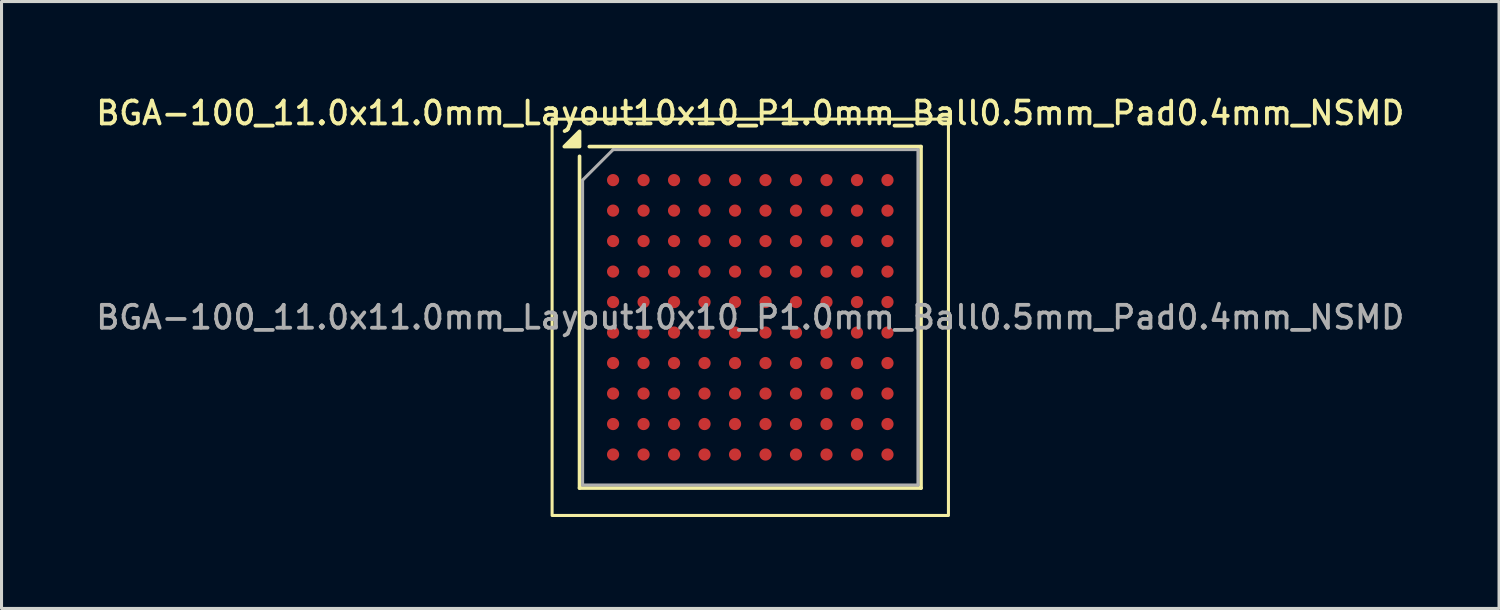
<source format=kicad_pcb>
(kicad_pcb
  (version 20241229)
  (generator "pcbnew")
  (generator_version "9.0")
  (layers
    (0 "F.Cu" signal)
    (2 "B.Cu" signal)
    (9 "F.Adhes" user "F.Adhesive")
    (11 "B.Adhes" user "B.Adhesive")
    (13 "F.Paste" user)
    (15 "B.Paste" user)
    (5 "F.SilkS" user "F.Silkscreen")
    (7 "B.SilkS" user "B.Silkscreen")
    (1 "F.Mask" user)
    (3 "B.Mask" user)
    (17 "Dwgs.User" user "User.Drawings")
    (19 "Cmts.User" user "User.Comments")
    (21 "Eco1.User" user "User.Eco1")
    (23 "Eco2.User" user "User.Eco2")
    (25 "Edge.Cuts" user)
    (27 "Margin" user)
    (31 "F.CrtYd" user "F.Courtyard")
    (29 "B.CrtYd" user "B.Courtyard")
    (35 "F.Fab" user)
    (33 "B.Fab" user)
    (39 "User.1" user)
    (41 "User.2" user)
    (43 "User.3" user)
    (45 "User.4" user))
  (footprint "BGA-100_11.0x11.0mm_Layout10x10_P1.0mm_Ball0.5mm_Pad0.4mm_NSMD"
    (layer "F.Cu")
    (at 21.559 7.358)
    (property "Reference" "BGA-100_11.0x11.0mm_Layout10x10_P1.0mm_Ball0.5mm_Pad0.4mm_NSMD" (at 0 -6.7 0) (layer "F.SilkS") (effects (font (size 0.75 0.75) (thickness 0.125))))
    (attr smd)
    (fp_line (start -5.6 -5.28) (end -5.6 5.6) (stroke (width 0.12) (type solid)) (layer "F.SilkS"))
    (fp_line (start -5.6 5.6) (end 5.6 5.6) (stroke (width 0.12) (type solid)) (layer "F.SilkS"))
    (fp_line (start 5.6 -5.6) (end -5.28 -5.6) (stroke (width 0.12) (type solid)) (layer "F.SilkS"))
    (fp_line (start 5.6 5.6) (end 5.6 -5.6) (stroke (width 0.12) (type solid)) (layer "F.SilkS"))
    (fp_rect (start 6.5 6.5) (end -6.5 -6.5) (stroke (width 0.1) (type solid)) (fill no) (layer "F.SilkS"))
    (fp_poly (pts (xy -5.6 -5.6) (xy -6.1 -5.6) (xy -5.6 -6.1) (xy -5.6 -5.6)) (stroke (width 0.12) (type solid)) (fill yes) (layer "F.SilkS"))
    (fp_line (start -5.5 -4.5) (end -5.5 5.5) (stroke (width 0.1) (type solid)) (layer "F.Fab"))
    (fp_line (start -5.5 5.5) (end 5.5 5.5) (stroke (width 0.1) (type solid)) (layer "F.Fab"))
    (fp_line (start -4.5 -5.5) (end -5.5 -4.5) (stroke (width 0.1) (type solid)) (layer "F.Fab"))
    (fp_line (start 5.5 -5.5) (end -4.5 -5.5) (stroke (width 0.1) (type solid)) (layer "F.Fab"))
    (fp_line (start 5.5 5.5) (end 5.5 -5.5) (stroke (width 0.1) (type solid)) (layer "F.Fab"))
    (fp_text user "${REFERENCE}" (at 0 0 0) (layer "F.Fab") (effects (font (size 0.75 0.75) (thickness 0.125))))
    (pad "A1" smd circle (at -4.5 -4.5) (size 0.4 0.4) (property pad_prop_bga) (layers "F.Cu" "F.Mask" "F.Paste"))
    (pad "A2" smd circle (at -3.5 -4.5) (size 0.4 0.4) (property pad_prop_bga) (layers "F.Cu" "F.Mask" "F.Paste"))
    (pad "A3" smd circle (at -2.5 -4.5) (size 0.4 0.4) (property pad_prop_bga) (layers "F.Cu" "F.Mask" "F.Paste"))
    (pad "A4" smd circle (at -1.5 -4.5) (size 0.4 0.4) (property pad_prop_bga) (layers "F.Cu" "F.Mask" "F.Paste"))
    (pad "A5" smd circle (at -0.5 -4.5) (size 0.4 0.4) (property pad_prop_bga) (layers "F.Cu" "F.Mask" "F.Paste"))
    (pad "A6" smd circle (at 0.5 -4.5) (size 0.4 0.4) (property pad_prop_bga) (layers "F.Cu" "F.Mask" "F.Paste"))
    (pad "A7" smd circle (at 1.5 -4.5) (size 0.4 0.4) (property pad_prop_bga) (layers "F.Cu" "F.Mask" "F.Paste"))
    (pad "A8" smd circle (at 2.5 -4.5) (size 0.4 0.4) (property pad_prop_bga) (layers "F.Cu" "F.Mask" "F.Paste"))
    (pad "A9" smd circle (at 3.5 -4.5) (size 0.4 0.4) (property pad_prop_bga) (layers "F.Cu" "F.Mask" "F.Paste"))
    (pad "A10" smd circle (at 4.5 -4.5) (size 0.4 0.4) (property pad_prop_bga) (layers "F.Cu" "F.Mask" "F.Paste"))
    (pad "B1" smd circle (at -4.5 -3.5) (size 0.4 0.4) (property pad_prop_bga) (layers "F.Cu" "F.Mask" "F.Paste"))
    (pad "B2" smd circle (at -3.5 -3.5) (size 0.4 0.4) (property pad_prop_bga) (layers "F.Cu" "F.Mask" "F.Paste"))
    (pad "B3" smd circle (at -2.5 -3.5) (size 0.4 0.4) (property pad_prop_bga) (layers "F.Cu" "F.Mask" "F.Paste"))
    (pad "B4" smd circle (at -1.5 -3.5) (size 0.4 0.4) (property pad_prop_bga) (layers "F.Cu" "F.Mask" "F.Paste"))
    (pad "B5" smd circle (at -0.5 -3.5) (size 0.4 0.4) (property pad_prop_bga) (layers "F.Cu" "F.Mask" "F.Paste"))
    (pad "B6" smd circle (at 0.5 -3.5) (size 0.4 0.4) (property pad_prop_bga) (layers "F.Cu" "F.Mask" "F.Paste"))
    (pad "B7" smd circle (at 1.5 -3.5) (size 0.4 0.4) (property pad_prop_bga) (layers "F.Cu" "F.Mask" "F.Paste"))
    (pad "B8" smd circle (at 2.5 -3.5) (size 0.4 0.4) (property pad_prop_bga) (layers "F.Cu" "F.Mask" "F.Paste"))
    (pad "B9" smd circle (at 3.5 -3.5) (size 0.4 0.4) (property pad_prop_bga) (layers "F.Cu" "F.Mask" "F.Paste"))
    (pad "B10" smd circle (at 4.5 -3.5) (size 0.4 0.4) (property pad_prop_bga) (layers "F.Cu" "F.Mask" "F.Paste"))
    (pad "C1" smd circle (at -4.5 -2.5) (size 0.4 0.4) (property pad_prop_bga) (layers "F.Cu" "F.Mask" "F.Paste"))
    (pad "C2" smd circle (at -3.5 -2.5) (size 0.4 0.4) (property pad_prop_bga) (layers "F.Cu" "F.Mask" "F.Paste"))
    (pad "C3" smd circle (at -2.5 -2.5) (size 0.4 0.4) (property pad_prop_bga) (layers "F.Cu" "F.Mask" "F.Paste"))
    (pad "C4" smd circle (at -1.5 -2.5) (size 0.4 0.4) (property pad_prop_bga) (layers "F.Cu" "F.Mask" "F.Paste"))
    (pad "C5" smd circle (at -0.5 -2.5) (size 0.4 0.4) (property pad_prop_bga) (layers "F.Cu" "F.Mask" "F.Paste"))
    (pad "C6" smd circle (at 0.5 -2.5) (size 0.4 0.4) (property pad_prop_bga) (layers "F.Cu" "F.Mask" "F.Paste"))
    (pad "C7" smd circle (at 1.5 -2.5) (size 0.4 0.4) (property pad_prop_bga) (layers "F.Cu" "F.Mask" "F.Paste"))
    (pad "C8" smd circle (at 2.5 -2.5) (size 0.4 0.4) (property pad_prop_bga) (layers "F.Cu" "F.Mask" "F.Paste"))
    (pad "C9" smd circle (at 3.5 -2.5) (size 0.4 0.4) (property pad_prop_bga) (layers "F.Cu" "F.Mask" "F.Paste"))
    (pad "C10" smd circle (at 4.5 -2.5) (size 0.4 0.4) (property pad_prop_bga) (layers "F.Cu" "F.Mask" "F.Paste"))
    (pad "D1" smd circle (at -4.5 -1.5) (size 0.4 0.4) (property pad_prop_bga) (layers "F.Cu" "F.Mask" "F.Paste"))
    (pad "D2" smd circle (at -3.5 -1.5) (size 0.4 0.4) (property pad_prop_bga) (layers "F.Cu" "F.Mask" "F.Paste"))
    (pad "D3" smd circle (at -2.5 -1.5) (size 0.4 0.4) (property pad_prop_bga) (layers "F.Cu" "F.Mask" "F.Paste"))
    (pad "D4" smd circle (at -1.5 -1.5) (size 0.4 0.4) (property pad_prop_bga) (layers "F.Cu" "F.Mask" "F.Paste"))
    (pad "D5" smd circle (at -0.5 -1.5) (size 0.4 0.4) (property pad_prop_bga) (layers "F.Cu" "F.Mask" "F.Paste"))
    (pad "D6" smd circle (at 0.5 -1.5) (size 0.4 0.4) (property pad_prop_bga) (layers "F.Cu" "F.Mask" "F.Paste"))
    (pad "D7" smd circle (at 1.5 -1.5) (size 0.4 0.4) (property pad_prop_bga) (layers "F.Cu" "F.Mask" "F.Paste"))
    (pad "D8" smd circle (at 2.5 -1.5) (size 0.4 0.4) (property pad_prop_bga) (layers "F.Cu" "F.Mask" "F.Paste"))
    (pad "D9" smd circle (at 3.5 -1.5) (size 0.4 0.4) (property pad_prop_bga) (layers "F.Cu" "F.Mask" "F.Paste"))
    (pad "D10" smd circle (at 4.5 -1.5) (size 0.4 0.4) (property pad_prop_bga) (layers "F.Cu" "F.Mask" "F.Paste"))
    (pad "E1" smd circle (at -4.5 -0.5) (size 0.4 0.4) (property pad_prop_bga) (layers "F.Cu" "F.Mask" "F.Paste"))
    (pad "E2" smd circle (at -3.5 -0.5) (size 0.4 0.4) (property pad_prop_bga) (layers "F.Cu" "F.Mask" "F.Paste"))
    (pad "E3" smd circle (at -2.5 -0.5) (size 0.4 0.4) (property pad_prop_bga) (layers "F.Cu" "F.Mask" "F.Paste"))
    (pad "E4" smd circle (at -1.5 -0.5) (size 0.4 0.4) (property pad_prop_bga) (layers "F.Cu" "F.Mask" "F.Paste"))
    (pad "E5" smd circle (at -0.5 -0.5) (size 0.4 0.4) (property pad_prop_bga) (layers "F.Cu" "F.Mask" "F.Paste"))
    (pad "E6" smd circle (at 0.5 -0.5) (size 0.4 0.4) (property pad_prop_bga) (layers "F.Cu" "F.Mask" "F.Paste"))
    (pad "E7" smd circle (at 1.5 -0.5) (size 0.4 0.4) (property pad_prop_bga) (layers "F.Cu" "F.Mask" "F.Paste"))
    (pad "E8" smd circle (at 2.5 -0.5) (size 0.4 0.4) (property pad_prop_bga) (layers "F.Cu" "F.Mask" "F.Paste"))
    (pad "E9" smd circle (at 3.5 -0.5) (size 0.4 0.4) (property pad_prop_bga) (layers "F.Cu" "F.Mask" "F.Paste"))
    (pad "E10" smd circle (at 4.5 -0.5) (size 0.4 0.4) (property pad_prop_bga) (layers "F.Cu" "F.Mask" "F.Paste"))
    (pad "F1" smd circle (at -4.5 0.5) (size 0.4 0.4) (property pad_prop_bga) (layers "F.Cu" "F.Mask" "F.Paste"))
    (pad "F2" smd circle (at -3.5 0.5) (size 0.4 0.4) (property pad_prop_bga) (layers "F.Cu" "F.Mask" "F.Paste"))
    (pad "F3" smd circle (at -2.5 0.5) (size 0.4 0.4) (property pad_prop_bga) (layers "F.Cu" "F.Mask" "F.Paste"))
    (pad "F4" smd circle (at -1.5 0.5) (size 0.4 0.4) (property pad_prop_bga) (layers "F.Cu" "F.Mask" "F.Paste"))
    (pad "F5" smd circle (at -0.5 0.5) (size 0.4 0.4) (property pad_prop_bga) (layers "F.Cu" "F.Mask" "F.Paste"))
    (pad "F6" smd circle (at 0.5 0.5) (size 0.4 0.4) (property pad_prop_bga) (layers "F.Cu" "F.Mask" "F.Paste"))
    (pad "F7" smd circle (at 1.5 0.5) (size 0.4 0.4) (property pad_prop_bga) (layers "F.Cu" "F.Mask" "F.Paste"))
    (pad "F8" smd circle (at 2.5 0.5) (size 0.4 0.4) (property pad_prop_bga) (layers "F.Cu" "F.Mask" "F.Paste"))
    (pad "F9" smd circle (at 3.5 0.5) (size 0.4 0.4) (property pad_prop_bga) (layers "F.Cu" "F.Mask" "F.Paste"))
    (pad "F10" smd circle (at 4.5 0.5) (size 0.4 0.4) (property pad_prop_bga) (layers "F.Cu" "F.Mask" "F.Paste"))
    (pad "G1" smd circle (at -4.5 1.5) (size 0.4 0.4) (property pad_prop_bga) (layers "F.Cu" "F.Mask" "F.Paste"))
    (pad "G2" smd circle (at -3.5 1.5) (size 0.4 0.4) (property pad_prop_bga) (layers "F.Cu" "F.Mask" "F.Paste"))
    (pad "G3" smd circle (at -2.5 1.5) (size 0.4 0.4) (property pad_prop_bga) (layers "F.Cu" "F.Mask" "F.Paste"))
    (pad "G4" smd circle (at -1.5 1.5) (size 0.4 0.4) (property pad_prop_bga) (layers "F.Cu" "F.Mask" "F.Paste"))
    (pad "G5" smd circle (at -0.5 1.5) (size 0.4 0.4) (property pad_prop_bga) (layers "F.Cu" "F.Mask" "F.Paste"))
    (pad "G6" smd circle (at 0.5 1.5) (size 0.4 0.4) (property pad_prop_bga) (layers "F.Cu" "F.Mask" "F.Paste"))
    (pad "G7" smd circle (at 1.5 1.5) (size 0.4 0.4) (property pad_prop_bga) (layers "F.Cu" "F.Mask" "F.Paste"))
    (pad "G8" smd circle (at 2.5 1.5) (size 0.4 0.4) (property pad_prop_bga) (layers "F.Cu" "F.Mask" "F.Paste"))
    (pad "G9" smd circle (at 3.5 1.5) (size 0.4 0.4) (property pad_prop_bga) (layers "F.Cu" "F.Mask" "F.Paste"))
    (pad "G10" smd circle (at 4.5 1.5) (size 0.4 0.4) (property pad_prop_bga) (layers "F.Cu" "F.Mask" "F.Paste"))
    (pad "H1" smd circle (at -4.5 2.5) (size 0.4 0.4) (property pad_prop_bga) (layers "F.Cu" "F.Mask" "F.Paste"))
    (pad "H2" smd circle (at -3.5 2.5) (size 0.4 0.4) (property pad_prop_bga) (layers "F.Cu" "F.Mask" "F.Paste"))
    (pad "H3" smd circle (at -2.5 2.5) (size 0.4 0.4) (property pad_prop_bga) (layers "F.Cu" "F.Mask" "F.Paste"))
    (pad "H4" smd circle (at -1.5 2.5) (size 0.4 0.4) (property pad_prop_bga) (layers "F.Cu" "F.Mask" "F.Paste"))
    (pad "H5" smd circle (at -0.5 2.5) (size 0.4 0.4) (property pad_prop_bga) (layers "F.Cu" "F.Mask" "F.Paste"))
    (pad "H6" smd circle (at 0.5 2.5) (size 0.4 0.4) (property pad_prop_bga) (layers "F.Cu" "F.Mask" "F.Paste"))
    (pad "H7" smd circle (at 1.5 2.5) (size 0.4 0.4) (property pad_prop_bga) (layers "F.Cu" "F.Mask" "F.Paste"))
    (pad "H8" smd circle (at 2.5 2.5) (size 0.4 0.4) (property pad_prop_bga) (layers "F.Cu" "F.Mask" "F.Paste"))
    (pad "H9" smd circle (at 3.5 2.5) (size 0.4 0.4) (property pad_prop_bga) (layers "F.Cu" "F.Mask" "F.Paste"))
    (pad "H10" smd circle (at 4.5 2.5) (size 0.4 0.4) (property pad_prop_bga) (layers "F.Cu" "F.Mask" "F.Paste"))
    (pad "J1" smd circle (at -4.5 3.5) (size 0.4 0.4) (property pad_prop_bga) (layers "F.Cu" "F.Mask" "F.Paste"))
    (pad "J2" smd circle (at -3.5 3.5) (size 0.4 0.4) (property pad_prop_bga) (layers "F.Cu" "F.Mask" "F.Paste"))
    (pad "J3" smd circle (at -2.5 3.5) (size 0.4 0.4) (property pad_prop_bga) (layers "F.Cu" "F.Mask" "F.Paste"))
    (pad "J4" smd circle (at -1.5 3.5) (size 0.4 0.4) (property pad_prop_bga) (layers "F.Cu" "F.Mask" "F.Paste"))
    (pad "J5" smd circle (at -0.5 3.5) (size 0.4 0.4) (property pad_prop_bga) (layers "F.Cu" "F.Mask" "F.Paste"))
    (pad "J6" smd circle (at 0.5 3.5) (size 0.4 0.4) (property pad_prop_bga) (layers "F.Cu" "F.Mask" "F.Paste"))
    (pad "J7" smd circle (at 1.5 3.5) (size 0.4 0.4) (property pad_prop_bga) (layers "F.Cu" "F.Mask" "F.Paste"))
    (pad "J8" smd circle (at 2.5 3.5) (size 0.4 0.4) (property pad_prop_bga) (layers "F.Cu" "F.Mask" "F.Paste"))
    (pad "J9" smd circle (at 3.5 3.5) (size 0.4 0.4) (property pad_prop_bga) (layers "F.Cu" "F.Mask" "F.Paste"))
    (pad "J10" smd circle (at 4.5 3.5) (size 0.4 0.4) (property pad_prop_bga) (layers "F.Cu" "F.Mask" "F.Paste"))
    (pad "K1" smd circle (at -4.5 4.5) (size 0.4 0.4) (property pad_prop_bga) (layers "F.Cu" "F.Mask" "F.Paste"))
    (pad "K2" smd circle (at -3.5 4.5) (size 0.4 0.4) (property pad_prop_bga) (layers "F.Cu" "F.Mask" "F.Paste"))
    (pad "K3" smd circle (at -2.5 4.5) (size 0.4 0.4) (property pad_prop_bga) (layers "F.Cu" "F.Mask" "F.Paste"))
    (pad "K4" smd circle (at -1.5 4.5) (size 0.4 0.4) (property pad_prop_bga) (layers "F.Cu" "F.Mask" "F.Paste"))
    (pad "K5" smd circle (at -0.5 4.5) (size 0.4 0.4) (property pad_prop_bga) (layers "F.Cu" "F.Mask" "F.Paste"))
    (pad "K6" smd circle (at 0.5 4.5) (size 0.4 0.4) (property pad_prop_bga) (layers "F.Cu" "F.Mask" "F.Paste"))
    (pad "K7" smd circle (at 1.5 4.5) (size 0.4 0.4) (property pad_prop_bga) (layers "F.Cu" "F.Mask" "F.Paste"))
    (pad "K8" smd circle (at 2.5 4.5) (size 0.4 0.4) (property pad_prop_bga) (layers "F.Cu" "F.Mask" "F.Paste"))
    (pad "K9" smd circle (at 3.5 4.5) (size 0.4 0.4) (property pad_prop_bga) (layers "F.Cu" "F.Mask" "F.Paste"))
    (pad "K10" smd circle (at 4.5 4.5) (size 0.4 0.4) (property pad_prop_bga) (layers "F.Cu" "F.Mask" "F.Paste")))
  (gr_rect
    (start -3 -3)
    (end 46.118 16.908)
    (stroke (width 0.1) (type default))
    (fill no)
    (layer "Edge.Cuts")))
</source>
